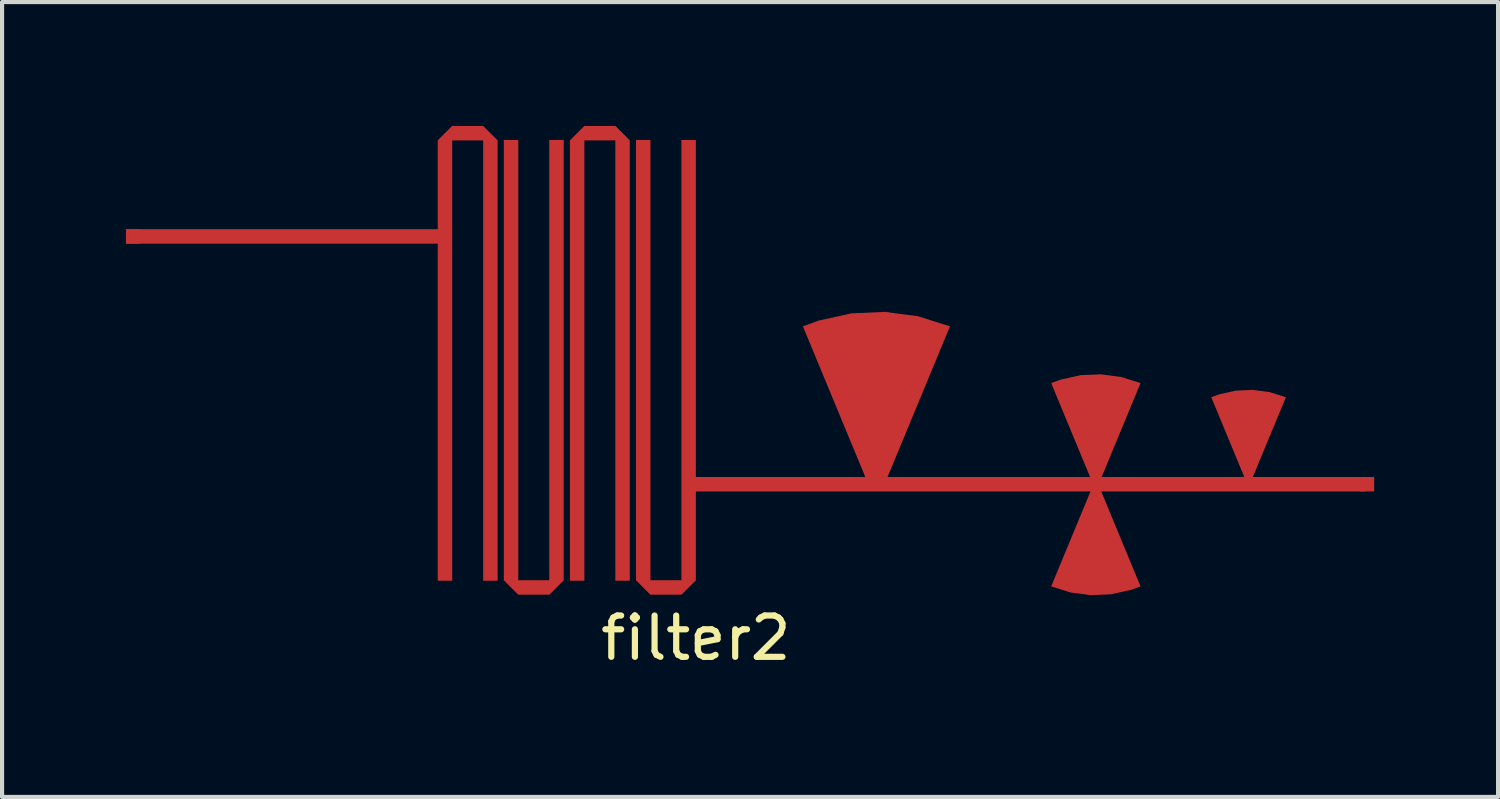
<source format=kicad_pcb>
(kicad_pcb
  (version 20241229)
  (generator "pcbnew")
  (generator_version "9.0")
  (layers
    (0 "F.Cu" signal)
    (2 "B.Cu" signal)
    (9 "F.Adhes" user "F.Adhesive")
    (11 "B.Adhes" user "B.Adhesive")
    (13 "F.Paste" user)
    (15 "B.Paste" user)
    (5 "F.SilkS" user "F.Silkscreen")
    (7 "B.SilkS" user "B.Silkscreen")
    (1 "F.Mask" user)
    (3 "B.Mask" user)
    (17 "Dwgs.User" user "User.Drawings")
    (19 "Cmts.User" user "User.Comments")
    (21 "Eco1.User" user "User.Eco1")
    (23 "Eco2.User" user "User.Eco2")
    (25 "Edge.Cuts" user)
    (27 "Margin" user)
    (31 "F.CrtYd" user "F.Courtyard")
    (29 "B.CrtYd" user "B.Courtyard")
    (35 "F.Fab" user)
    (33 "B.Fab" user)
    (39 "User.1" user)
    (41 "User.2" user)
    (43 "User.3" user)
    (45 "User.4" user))
  (footprint "filter2"
    (layer "F.Cu")
    (at 13.8 8.5)
    (property "Reference" "filter2" (at 0 3.9 0) (unlocked yes) (layer "F.SilkS") (effects (font (size 1 1) (thickness 0.15))))
    (attr through_hole)
    (fp_poly (pts (xy -3.55 2.5) (xy -4.3 2.5) (xy -4.3 -8.162) (xy -4.65 -8.162) (xy -4.65 2.5) (xy -4.65 2.501) (xy -4.301 2.85) (xy -4.3 2.85) (xy -3.55 2.85) (xy -3.547 2.85) (xy -3.2 2.503) (xy -3.2 -8.162) (xy -3.55 -8.162) (xy -3.55 2.5) (xy -4.65 2.501)) (stroke (width 0.000309) (type solid)) (fill yes) (layer "F.Cu"))
    (fp_poly (pts (xy -3.05 2.512) (xy -3.05 -8.15) (xy -3.05 -8.151) (xy -2.701 -8.5) (xy -2.7 -8.5) (xy -1.95 -8.5) (xy -1.947 -8.5) (xy -1.6 -8.152) (xy -1.6 2.512) (xy -1.95 2.512) (xy -1.95 -8.15) (xy -2.7 -8.15) (xy -2.7 2.512) (xy -3.05 2.512) (xy -3.05 -8.151)) (stroke (width 0.000309) (type solid)) (fill yes) (layer "F.Cu"))
    (fp_poly (pts (xy -5.9 2.512) (xy -5.9 -8.15) (xy -5.15 -8.15) (xy -5.15 2.512) (xy -4.8 2.512) (xy -4.8 -8.15) (xy -4.8 -8.151) (xy -5.149 -8.5) (xy -5.902 -8.5) (xy -6.25 -8.152) (xy -6.25 -6) (xy -13.8 -6) (xy -13.8 -5.65) (xy -6.25 -5.65) (xy -6.25 2.512) (xy -5.9 2.512)) (stroke (width 0.000309) (type solid)) (fill yes) (layer "F.Cu"))
    (fp_poly (pts (xy 4.576 -3.998) (xy 3.765 -3.962) (xy 2.973 -3.787) (xy 2.592 -3.648) (xy 4.103 0) (xy 0 0) (xy 0 -8.162) (xy -0.35 -8.162) (xy -0.35 2.5) (xy -1.1 2.5) (xy -1.1 -8.162) (xy -1.45 -8.162) (xy -1.45 2.5) (xy -1.45 2.501) (xy -1.101 2.85) (xy -0.347 2.85) (xy 0 2.503) (xy 0 0.35) (xy 9.556 0.35) (xy 8.604 2.649) (xy 9.074 2.797) (xy 9.563 2.861) (xy 10.055 2.84) (xy 10.536 2.733) (xy 10.768 2.649) (xy 9.816 0.35) (xy 16.2 0.35) (xy 16.2 0) (xy 13.487 0) (xy 14.287 -1.931) (xy 13.895 -2.055) (xy 13.487 -2.109) (xy 13.076 -2.091) (xy 12.674 -2.002) (xy 12.48 -1.931) (xy 13.28 0) (xy 9.826 0) (xy 10.768 -2.274) (xy 10.298 -2.422) (xy 9.809 -2.486) (xy 9.317 -2.465) (xy 8.836 -2.358) (xy 8.604 -2.274) (xy 9.546 0) (xy 4.642 0) (xy 6.153 -3.648) (xy 5.38 -3.892) (xy 4.576 -3.998)) (stroke (width 0.000309) (type solid)) (fill yes) (layer "F.Cu"))
    (pad "1" smd rect (at -13.625 -5.825) (size 0.35 0.35) (layers "F.Cu" "F.Mask" "F.Paste"))
    (pad "2" smd rect (at 16.25 0.175) (size 0.35 0.35) (layers "F.Cu" "F.Mask" "F.Paste")))
  (gr_rect
    (start -3 -3)
    (end 33.225 16.248)
    (stroke (width 0.1) (type default))
    (fill no)
    (layer "Edge.Cuts")))
</source>
